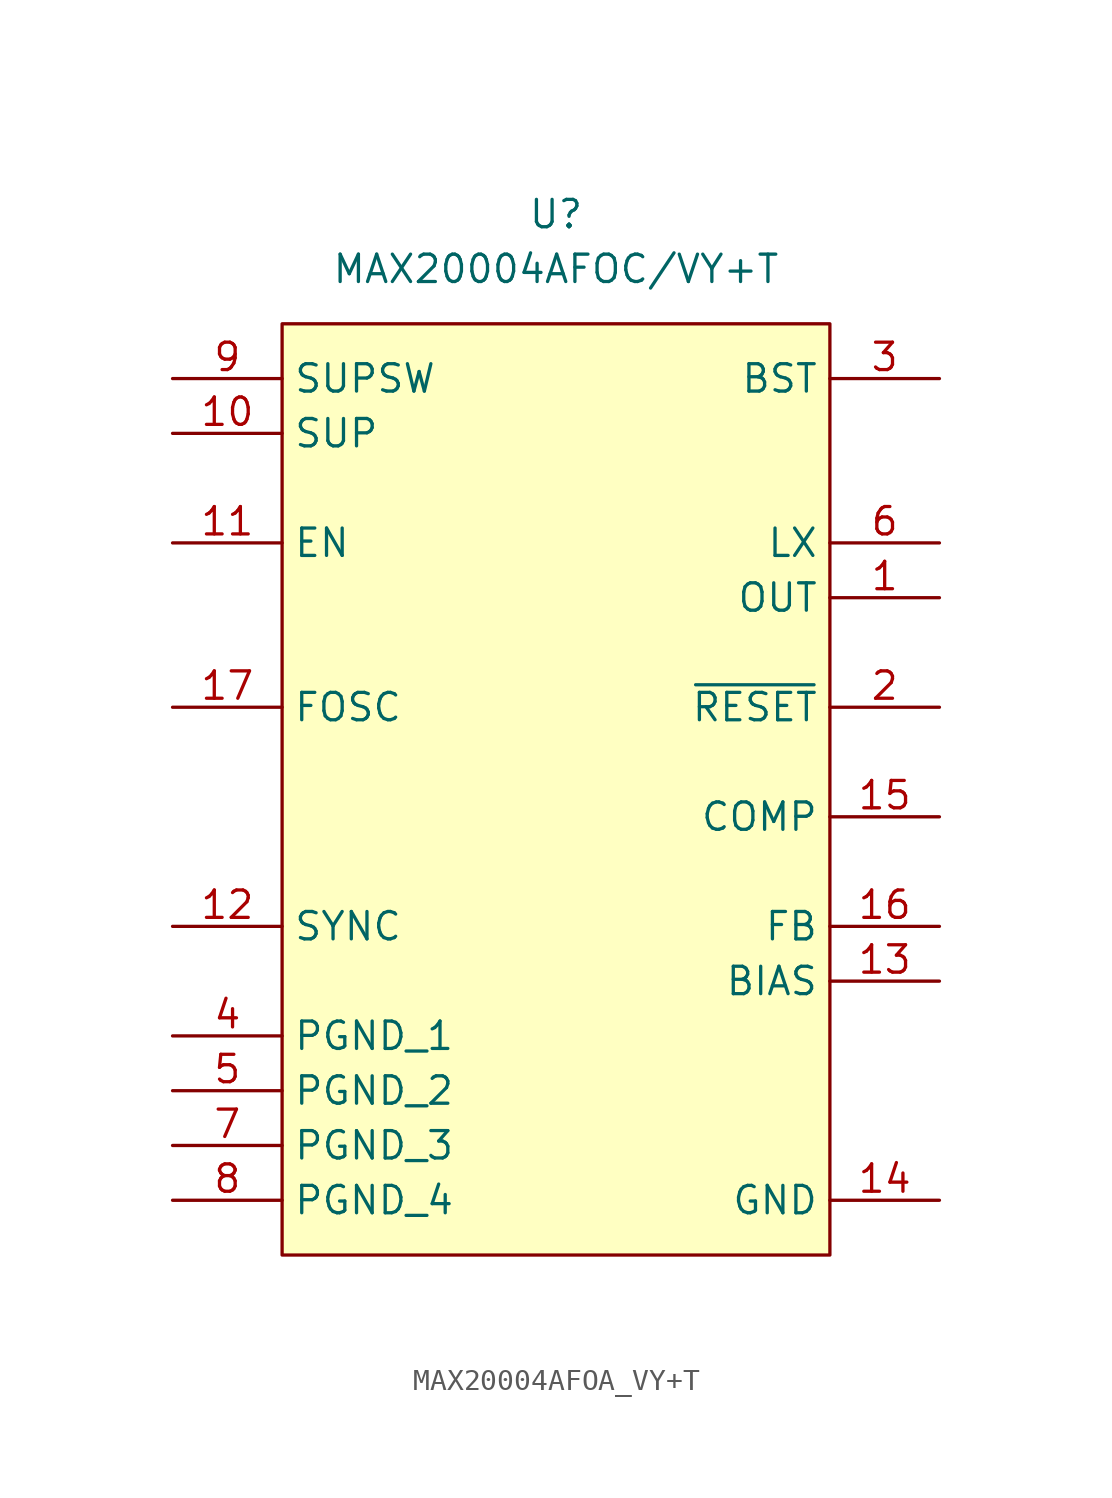
<source format=kicad_sym>
(kicad_symbol_lib
  (version 20241209)
  (generator "kicad_symbol_editor")
  (generator_version "9.0")
  (symbol "MAX20004AFOA_VY+T"
    (property "Reference" "U"
      (at 0 5.08 0)
      (effects (font (size 1.27 1.27))))
    (property "Value" "MAX20004AFOC/VY+T"
      (at 0 2.54 0)
      (effects (font (size 1.27 1.27))))
    (symbol "MAX20004AFOA_VY+T_1_1"
      (rectangle (start -12.7 0) (end 12.7 -43.18) (stroke (width 0) (type solid)) (fill (type background)))
      (pin passive line (at -17.78 -2.54 0) (length 5.08) (name "SUPSW" (effects (font (size 1.27 1.27)))) (number "9" (effects (font (size 1.27 1.27)))))
      (pin passive line (at -17.78 -5.08 0) (length 5.08) (name "SUP" (effects (font (size 1.27 1.27)))) (number "10" (effects (font (size 1.27 1.27)))))
      (pin passive line (at -17.78 -10.16 0) (length 5.08) (name "EN" (effects (font (size 1.27 1.27)))) (number "11" (effects (font (size 1.27 1.27)))))
      (pin passive line (at -17.78 -17.78 0) (length 5.08) (name "FOSC" (effects (font (size 1.27 1.27)))) (number "17" (effects (font (size 1.27 1.27)))))
      (pin passive line (at -17.78 -27.94 0) (length 5.08) (name "SYNC" (effects (font (size 1.27 1.27)))) (number "12" (effects (font (size 1.27 1.27)))))
      (pin passive line (at -17.78 -33.02 0) (length 5.08) (name "PGND_1" (effects (font (size 1.27 1.27)))) (number "4" (effects (font (size 1.27 1.27)))))
      (pin passive line (at -17.78 -35.56 0) (length 5.08) (name "PGND_2" (effects (font (size 1.27 1.27)))) (number "5" (effects (font (size 1.27 1.27)))))
      (pin passive line (at -17.78 -38.1 0) (length 5.08) (name "PGND_3" (effects (font (size 1.27 1.27)))) (number "7" (effects (font (size 1.27 1.27)))))
      (pin passive line (at -17.78 -40.64 0) (length 5.08) (name "PGND_4" (effects (font (size 1.27 1.27)))) (number "8" (effects (font (size 1.27 1.27)))))
      (pin passive line (at 17.78 -2.54 180) (length 5.08) (name "BST" (effects (font (size 1.27 1.27)))) (number "3" (effects (font (size 1.27 1.27)))))
      (pin passive line (at 17.78 -10.16 180) (length 5.08) (name "LX" (effects (font (size 1.27 1.27)))) (number "6" (effects (font (size 1.27 1.27)))))
      (pin passive line (at 17.78 -12.7 180) (length 5.08) (name "OUT" (effects (font (size 1.27 1.27)))) (number "1" (effects (font (size 1.27 1.27)))))
      (pin passive line (at 17.78 -17.78 180) (length 5.08) (name "~{RESET}" (effects (font (size 1.27 1.27)))) (number "2" (effects (font (size 1.27 1.27)))))
      (pin passive line (at 17.78 -22.86 180) (length 5.08) (name "COMP" (effects (font (size 1.27 1.27)))) (number "15" (effects (font (size 1.27 1.27)))))
      (pin passive line (at 17.78 -27.94 180) (length 5.08) (name "FB" (effects (font (size 1.27 1.27)))) (number "16" (effects (font (size 1.27 1.27)))))
      (pin passive line (at 17.78 -30.48 180) (length 5.08) (name "BIAS" (effects (font (size 1.27 1.27)))) (number "13" (effects (font (size 1.27 1.27)))))
      (pin passive line (at 17.78 -40.64 180) (length 5.08) (name "GND" (effects (font (size 1.27 1.27)))) (number "14" (effects (font (size 1.27 1.27))))))))
</source>
